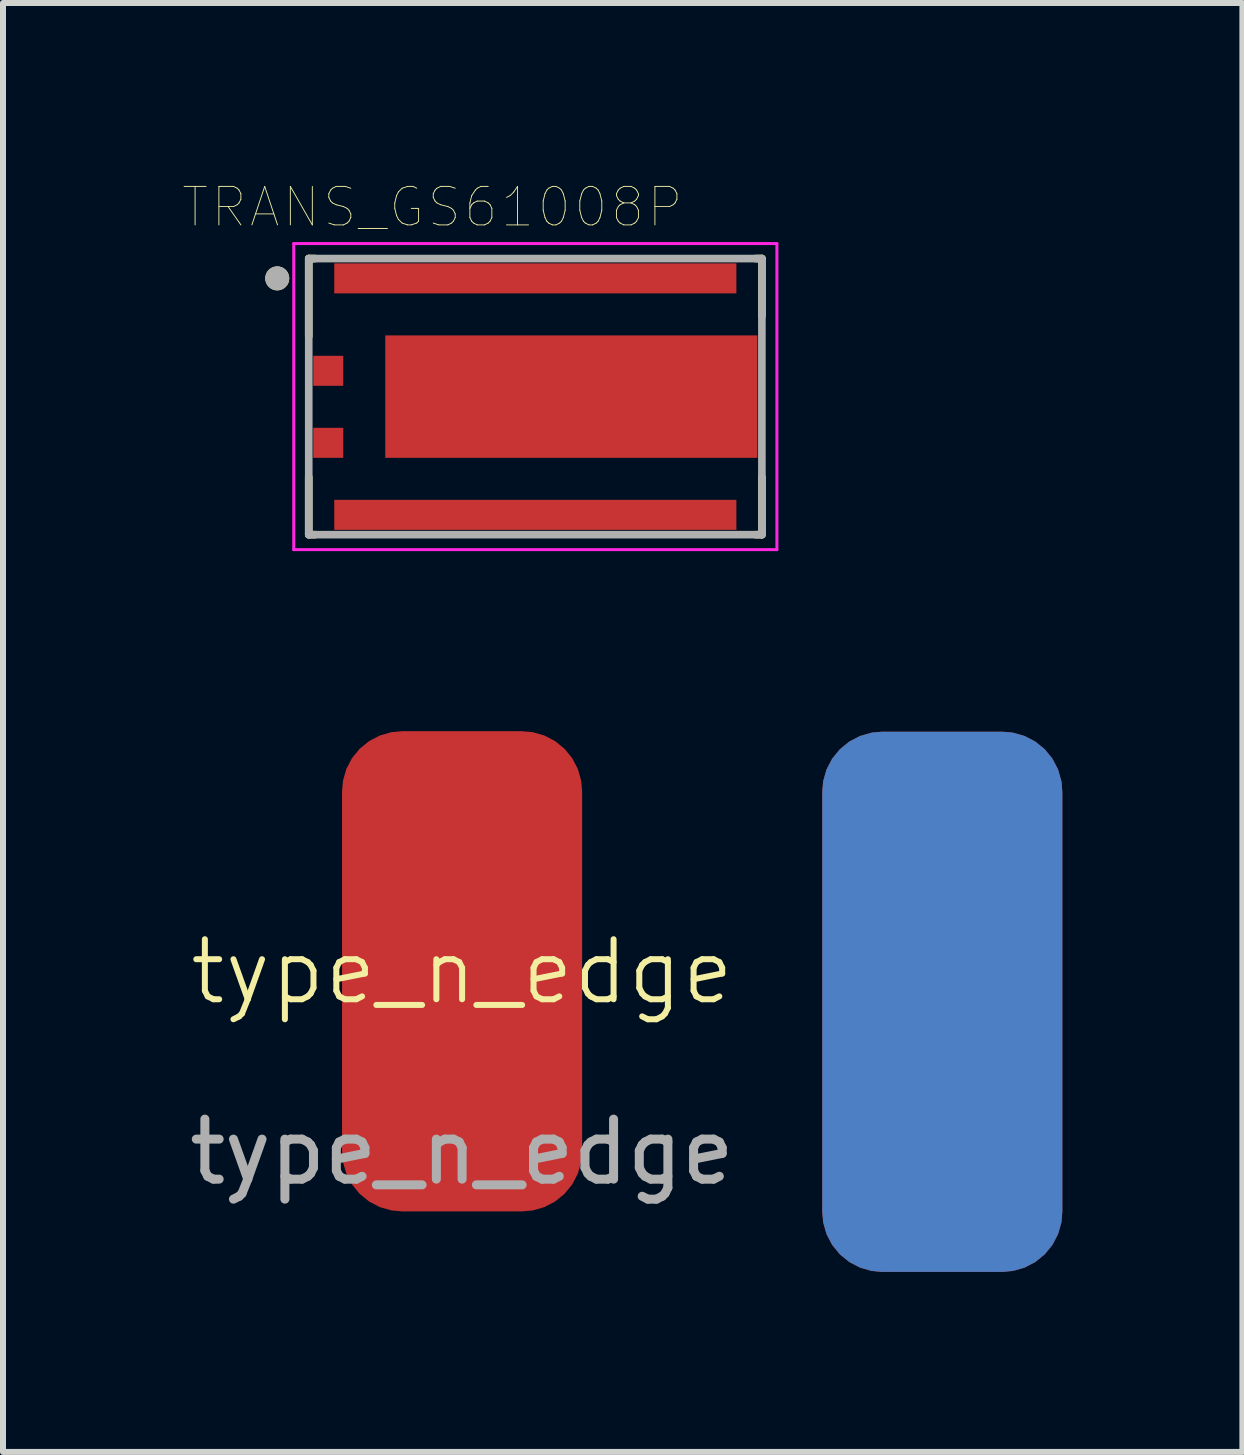
<source format=kicad_pcb>
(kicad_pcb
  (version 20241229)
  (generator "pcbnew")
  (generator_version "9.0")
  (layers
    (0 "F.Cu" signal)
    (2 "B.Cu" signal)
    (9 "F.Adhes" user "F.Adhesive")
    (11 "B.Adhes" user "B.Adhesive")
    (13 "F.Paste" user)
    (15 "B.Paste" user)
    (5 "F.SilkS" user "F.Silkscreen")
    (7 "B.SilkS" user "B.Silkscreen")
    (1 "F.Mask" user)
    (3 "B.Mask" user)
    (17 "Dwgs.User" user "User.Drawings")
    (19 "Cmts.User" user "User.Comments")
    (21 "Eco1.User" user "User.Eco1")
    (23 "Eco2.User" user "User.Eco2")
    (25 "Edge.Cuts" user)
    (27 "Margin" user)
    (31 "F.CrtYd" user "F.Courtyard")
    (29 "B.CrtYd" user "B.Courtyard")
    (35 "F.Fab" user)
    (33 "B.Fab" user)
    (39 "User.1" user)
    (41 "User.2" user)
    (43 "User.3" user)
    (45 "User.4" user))
  (footprint "type_n_edge"
    (layer "F.Cu")
    (at 4.649 13.641)
    (property "Reference" "type_n_edge" (at 0 -0.5 0) (unlocked yes) (layer "F.SilkS") (effects (font (size 1 1) (thickness 0.1))))
    (attr smd)
    (fp_text user "${REFERENCE}" (at 0 2.5 0) (unlocked yes) (layer "F.Fab") (effects (font (size 1 1) (thickness 0.15))))
    (pad "1" smd roundrect (at 0 -0.508 90) (size 8 4) (layers "F.Cu" "F.Mask" "F.Paste") (roundrect_rratio 0.25))
    (pad "2" smd roundrect (at 8 0 90) (size 9 4) (layers "F.Cu" "F.Mask" "F.Paste") (roundrect_rratio 0.25))
    (pad "2" smd roundrect (at 8.001 0 90) (size 9 4) (layers "F.Mask" "B.Cu" "F.Paste") (roundrect_rratio 0.25)))
  (footprint "TRANS_GS61008P"
    (layer "F.Cu")
    (at 5.869 3.558)
    (property "Reference" "TRANS_GS61008P" (at -1.716 -3.157 0) (layer "F.SilkS") (effects (font (size 0.641 0.641) (thickness 0.015))))
    (attr through_hole)
    (fp_line (start -3.775 -2.3) (end -3.775 -1) (stroke (width 0.127) (type solid)) (layer "F.SilkS"))
    (fp_line (start -3.775 1.34) (end -3.775 2.3) (stroke (width 0.127) (type solid)) (layer "F.SilkS"))
    (fp_line (start -3.775 2.3) (end -3.67 2.3) (stroke (width 0.127) (type solid)) (layer "F.SilkS"))
    (fp_line (start -3.67 -2.3) (end -3.775 -2.3) (stroke (width 0.127) (type solid)) (layer "F.SilkS"))
    (fp_line (start 3.67 2.3) (end 3.775 2.3) (stroke (width 0.127) (type solid)) (layer "F.SilkS"))
    (fp_line (start 3.775 -2.3) (end 3.67 -2.3) (stroke (width 0.127) (type solid)) (layer "F.SilkS"))
    (fp_line (start 3.775 -1.34) (end 3.775 -2.3) (stroke (width 0.127) (type solid)) (layer "F.SilkS"))
    (fp_line (start 3.775 2.3) (end 3.775 1.34) (stroke (width 0.127) (type solid)) (layer "F.SilkS"))
    (fp_circle (center -4.3 -1.97) (end -4.2 -1.97) (stroke (width 0.2) (type solid)) (fill no) (layer "F.SilkS"))
    (fp_poly (pts (xy -1.59 -0.721) (xy 2.79 -0.721) (xy 2.79 0.721) (xy -1.59 0.721)) (stroke (width 0.01) (type solid)) (fill yes) (layer "F.Paste"))
    (fp_line (start -4.025 -2.55) (end -4.025 2.55) (stroke (width 0.05) (type solid)) (layer "F.CrtYd"))
    (fp_line (start -4.025 2.55) (end 4.025 2.55) (stroke (width 0.05) (type solid)) (layer "F.CrtYd"))
    (fp_line (start 4.025 -2.55) (end -4.025 -2.55) (stroke (width 0.05) (type solid)) (layer "F.CrtYd"))
    (fp_line (start 4.025 2.55) (end 4.025 -2.55) (stroke (width 0.05) (type solid)) (layer "F.CrtYd"))
    (fp_line (start -3.775 -2.3) (end -3.775 2.3) (stroke (width 0.127) (type solid)) (layer "F.Fab"))
    (fp_line (start -3.775 2.3) (end 3.775 2.3) (stroke (width 0.127) (type solid)) (layer "F.Fab"))
    (fp_line (start 3.775 -2.3) (end -3.775 -2.3) (stroke (width 0.127) (type solid)) (layer "F.Fab"))
    (fp_line (start 3.775 2.3) (end 3.775 -2.3) (stroke (width 0.127) (type solid)) (layer "F.Fab"))
    (fp_circle (center -4.3 -1.97) (end -4.2 -1.97) (stroke (width 0.2) (type solid)) (fill no) (layer "F.Fab"))
    (pad "1" smd rect (at 0 -1.97) (size 6.7 0.5) (layers "F.Cu" "F.Mask" "F.Paste"))
    (pad "2" smd rect (at -3.45 -0.43) (size 0.5 0.5) (layers "F.Cu" "F.Mask" "F.Paste"))
    (pad "3" smd rect (at -3.45 0.77) (size 0.5 0.5) (layers "F.Cu" "F.Mask" "F.Paste"))
    (pad "4" smd rect (at 0 1.97) (size 6.7 0.5) (layers "F.Cu" "F.Mask" "F.Paste"))
    (pad "5" smd rect (at 0.6 0) (size 6.2 2.04) (layers "F.Cu" "F.Mask")))
  (gr_rect
    (start -3 -3)
    (end 17.65 21.141)
    (stroke (width 0.1) (type default))
    (fill no)
    (layer "Edge.Cuts")))
</source>
